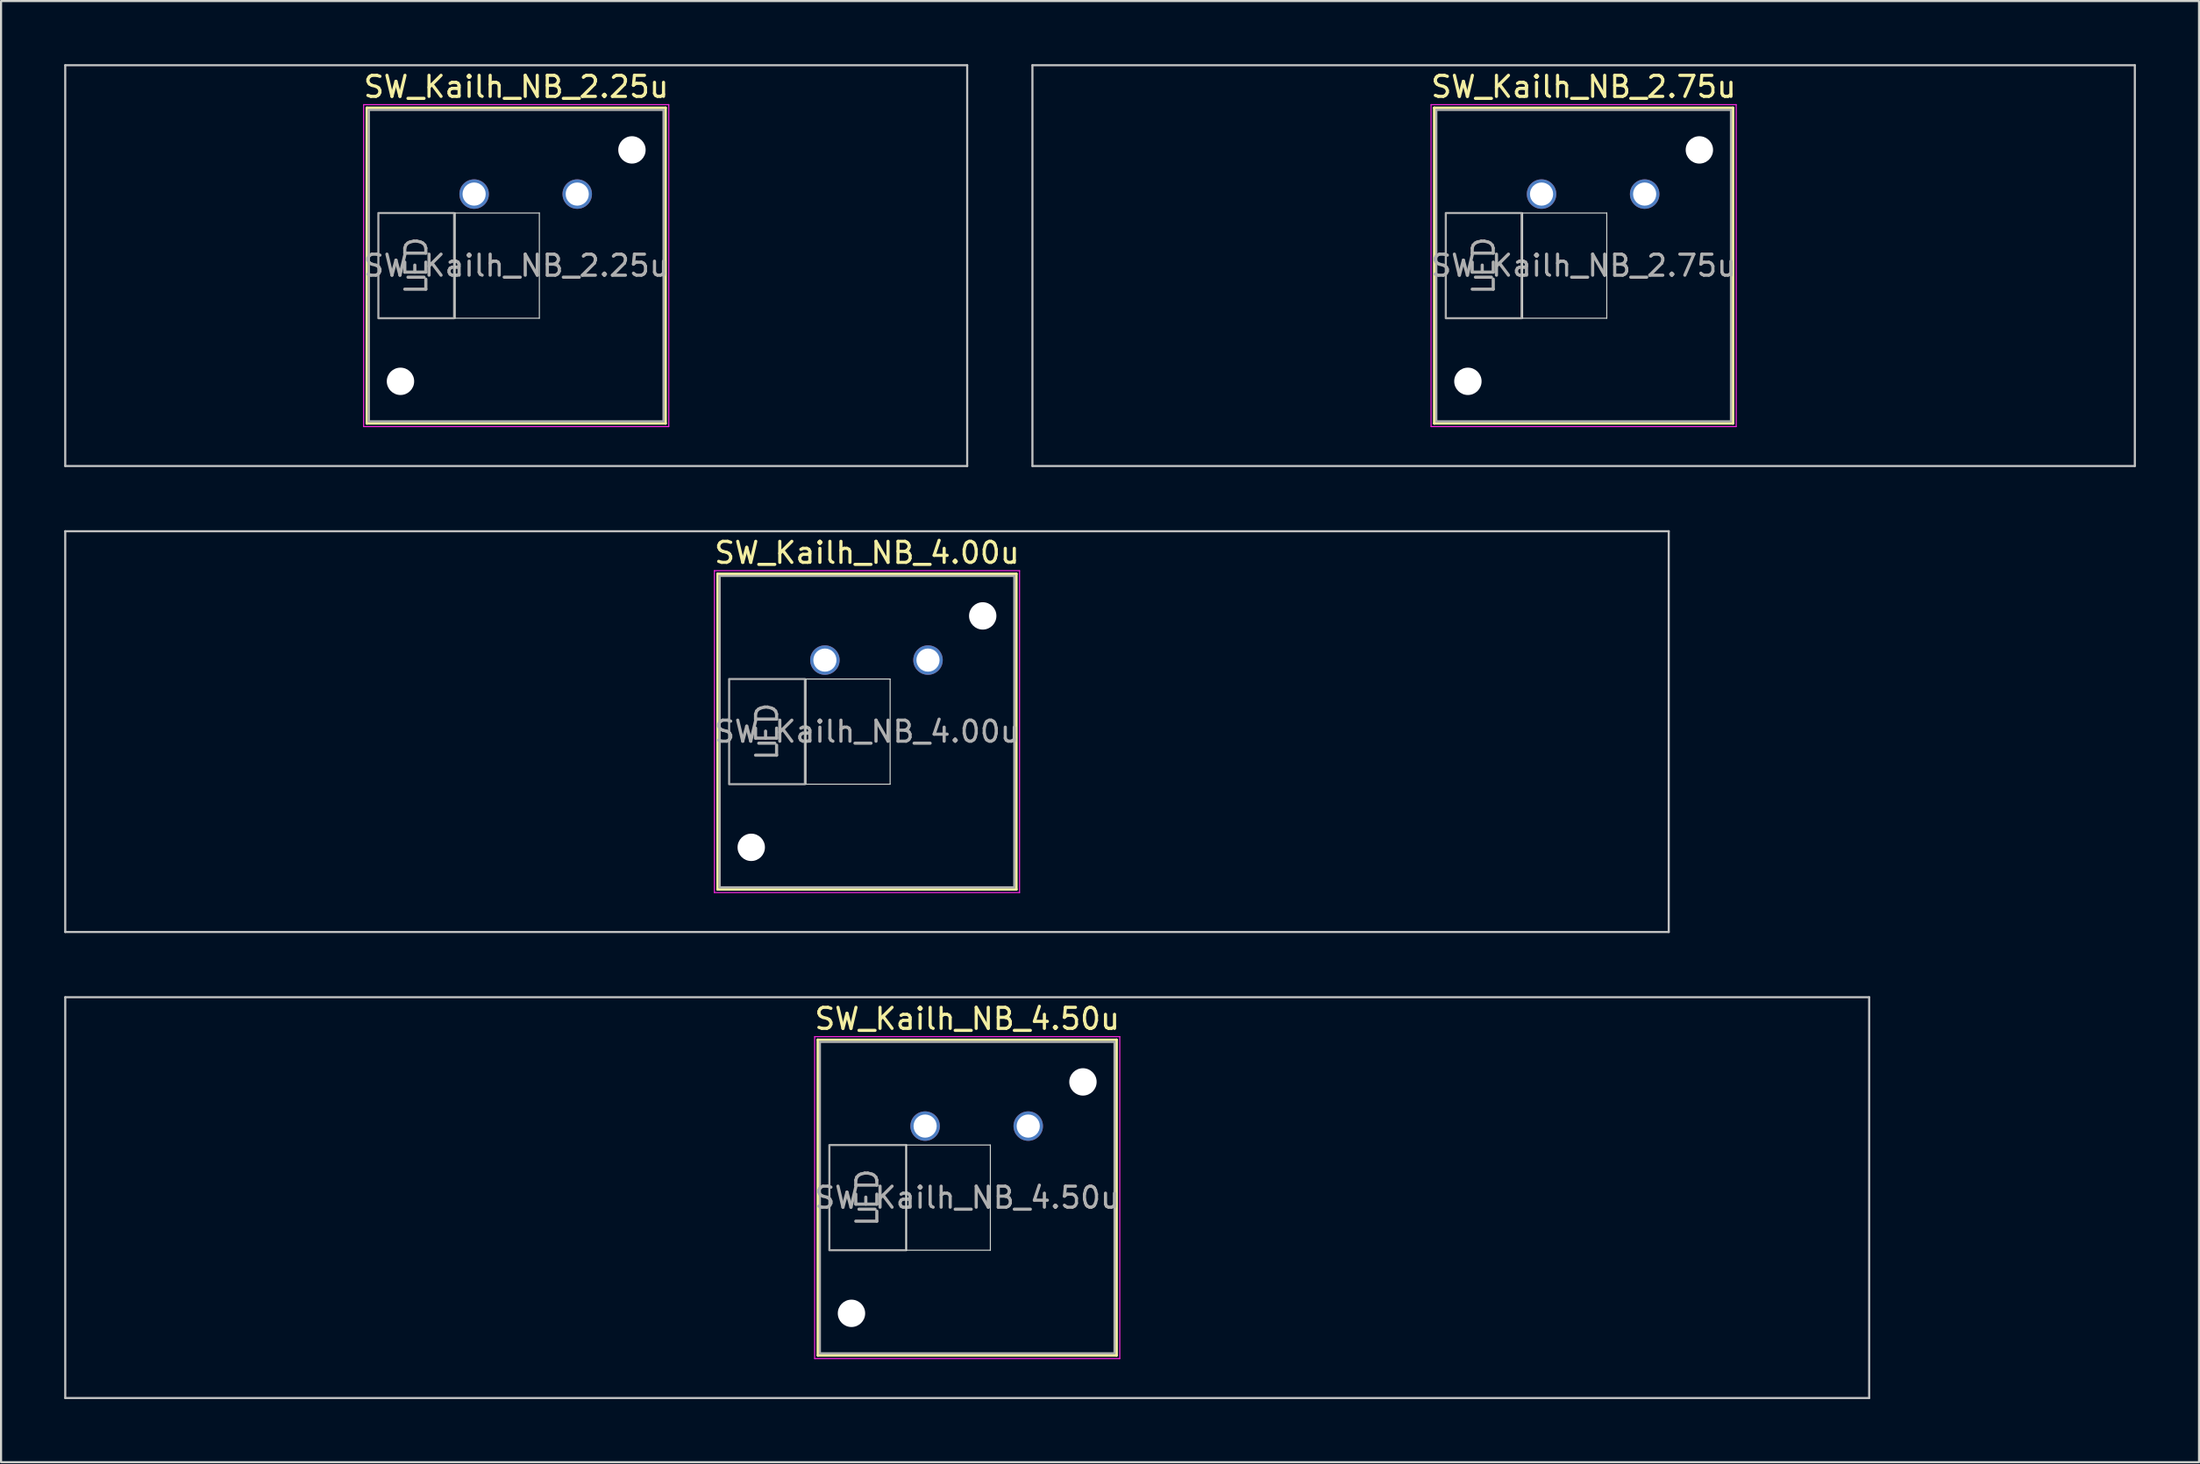
<source format=kicad_pcb>
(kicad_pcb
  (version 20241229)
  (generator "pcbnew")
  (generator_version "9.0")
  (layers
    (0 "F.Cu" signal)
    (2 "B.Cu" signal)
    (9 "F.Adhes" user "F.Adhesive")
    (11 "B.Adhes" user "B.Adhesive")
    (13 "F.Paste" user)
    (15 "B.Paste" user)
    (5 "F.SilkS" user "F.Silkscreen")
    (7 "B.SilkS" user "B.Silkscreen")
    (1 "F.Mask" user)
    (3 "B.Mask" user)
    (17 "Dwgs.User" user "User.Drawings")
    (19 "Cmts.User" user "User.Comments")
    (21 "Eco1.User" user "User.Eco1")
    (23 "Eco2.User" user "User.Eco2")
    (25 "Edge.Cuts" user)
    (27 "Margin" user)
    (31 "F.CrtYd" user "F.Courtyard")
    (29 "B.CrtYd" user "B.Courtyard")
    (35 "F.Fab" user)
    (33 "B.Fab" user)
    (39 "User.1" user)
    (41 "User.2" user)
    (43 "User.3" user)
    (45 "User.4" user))
  (footprint "SW_Kailh_NB_2.25u"
    (layer "F.Cu")
    (at 21.481 9.575)
    (property "Reference" "SW_Kailh_NB_2.25u" (at 0 -8.5 0) (layer "F.SilkS") (effects (font (size 1 1) (thickness 0.15))))
    (attr through_hole)
    (fp_line (start -7.1 -7.5) (end -7.1 7.5) (stroke (width 0.12) (type solid)) (layer "F.SilkS"))
    (fp_line (start -7.1 7.5) (end 7.1 7.5) (stroke (width 0.12) (type solid)) (layer "F.SilkS"))
    (fp_line (start 7.1 -7.5) (end -7.1 -7.5) (stroke (width 0.12) (type solid)) (layer "F.SilkS"))
    (fp_line (start 7.1 7.5) (end 7.1 -7.5) (stroke (width 0.12) (type solid)) (layer "F.SilkS"))
    (fp_line (start -21.431 -9.525) (end -21.431 9.525) (stroke (width 0.1) (type solid)) (layer "Dwgs.User"))
    (fp_line (start -21.431 9.525) (end 21.431 9.525) (stroke (width 0.1) (type solid)) (layer "Dwgs.User"))
    (fp_line (start 21.431 -9.525) (end -21.431 -9.525) (stroke (width 0.1) (type solid)) (layer "Dwgs.User"))
    (fp_line (start 21.431 9.525) (end 21.431 -9.525) (stroke (width 0.1) (type solid)) (layer "Dwgs.User"))
    (fp_line (start -8 -8) (end -8 8) (stroke (width 0.1) (type solid)) (layer "Eco1.User"))
    (fp_line (start -8 8) (end 8 8) (stroke (width 0.1) (type solid)) (layer "Eco1.User"))
    (fp_line (start 8 -8) (end -8 -8) (stroke (width 0.1) (type solid)) (layer "Eco1.User"))
    (fp_line (start 8 8) (end 8 -8) (stroke (width 0.1) (type solid)) (layer "Eco1.User"))
    (fp_line (start -2.9 -2.5) (end 1.1 -2.5) (stroke (width 0.05) (type solid)) (layer "Edge.Cuts"))
    (fp_line (start -2.9 2.5) (end -2.9 -2.5) (stroke (width 0.05) (type solid)) (layer "Edge.Cuts"))
    (fp_line (start 1.1 -2.5) (end 1.1 2.5) (stroke (width 0.05) (type solid)) (layer "Edge.Cuts"))
    (fp_line (start 1.1 2.5) (end -2.9 2.5) (stroke (width 0.05) (type solid)) (layer "Edge.Cuts"))
    (fp_line (start -7.25 -7.65) (end -7.25 7.65) (stroke (width 0.05) (type solid)) (layer "F.CrtYd"))
    (fp_line (start -7.25 7.65) (end 7.25 7.65) (stroke (width 0.05) (type solid)) (layer "F.CrtYd"))
    (fp_line (start 7.25 -7.65) (end -7.25 -7.65) (stroke (width 0.05) (type solid)) (layer "F.CrtYd"))
    (fp_line (start 7.25 7.65) (end 7.25 -7.65) (stroke (width 0.05) (type solid)) (layer "F.CrtYd"))
    (fp_line (start -7 -7.4) (end -7 7.4) (stroke (width 0.1) (type solid)) (layer "F.Fab"))
    (fp_line (start -7 7.4) (end 7 7.4) (stroke (width 0.1) (type solid)) (layer "F.Fab"))
    (fp_line (start 7 -7.4) (end -7 -7.4) (stroke (width 0.1) (type solid)) (layer "F.Fab"))
    (fp_line (start 7 7.4) (end 7 -7.4) (stroke (width 0.1) (type solid)) (layer "F.Fab"))
    (fp_rect (start -2.95 -2.5) (end -6.55 2.5) (stroke (width 0.1) (type default)) (fill no) (layer "F.Fab"))
    (fp_text user "LED" (at -4.75 0 90) (unlocked yes) (layer "F.Fab") (effects (font (size 1 1) (thickness 0.15))))
    (fp_text user "${REFERENCE}" (at 0 0 0) (layer "F.Fab") (effects (font (size 1 1) (thickness 0.15))))
    (pad "" np_thru_hole circle (at -5.5 5.5) (size 1.3 1.3) (drill 1.3) (layers "*.Cu" "*.Mask"))
    (pad "" np_thru_hole circle (at 5.5 -5.5) (size 1.3 1.3) (drill 1.3) (layers "*.Cu" "*.Mask"))
    (pad "1" thru_hole circle (at -2 -3.4) (size 1.4 1.4) (drill 1.1) (layers "*.Cu" "*.Mask"))
    (pad "2" thru_hole circle (at 2.9 -3.4) (size 1.4 1.4) (drill 1.1) (layers "*.Cu" "*.Mask")))
  (footprint "SW_Kailh_NB_2.75u"
    (layer "F.Cu")
    (at 72.206 9.575)
    (property "Reference" "SW_Kailh_NB_2.75u" (at 0 -8.5 0) (layer "F.SilkS") (effects (font (size 1 1) (thickness 0.15))))
    (attr through_hole)
    (fp_line (start -7.1 -7.5) (end -7.1 7.5) (stroke (width 0.12) (type solid)) (layer "F.SilkS"))
    (fp_line (start -7.1 7.5) (end 7.1 7.5) (stroke (width 0.12) (type solid)) (layer "F.SilkS"))
    (fp_line (start 7.1 -7.5) (end -7.1 -7.5) (stroke (width 0.12) (type solid)) (layer "F.SilkS"))
    (fp_line (start 7.1 7.5) (end 7.1 -7.5) (stroke (width 0.12) (type solid)) (layer "F.SilkS"))
    (fp_line (start -26.194 -9.525) (end -26.194 9.525) (stroke (width 0.1) (type solid)) (layer "Dwgs.User"))
    (fp_line (start -26.194 9.525) (end 26.194 9.525) (stroke (width 0.1) (type solid)) (layer "Dwgs.User"))
    (fp_line (start 26.194 -9.525) (end -26.194 -9.525) (stroke (width 0.1) (type solid)) (layer "Dwgs.User"))
    (fp_line (start 26.194 9.525) (end 26.194 -9.525) (stroke (width 0.1) (type solid)) (layer "Dwgs.User"))
    (fp_line (start -8 -8) (end -8 8) (stroke (width 0.1) (type solid)) (layer "Eco1.User"))
    (fp_line (start -8 8) (end 8 8) (stroke (width 0.1) (type solid)) (layer "Eco1.User"))
    (fp_line (start 8 -8) (end -8 -8) (stroke (width 0.1) (type solid)) (layer "Eco1.User"))
    (fp_line (start 8 8) (end 8 -8) (stroke (width 0.1) (type solid)) (layer "Eco1.User"))
    (fp_line (start -2.9 -2.5) (end 1.1 -2.5) (stroke (width 0.05) (type solid)) (layer "Edge.Cuts"))
    (fp_line (start -2.9 2.5) (end -2.9 -2.5) (stroke (width 0.05) (type solid)) (layer "Edge.Cuts"))
    (fp_line (start 1.1 -2.5) (end 1.1 2.5) (stroke (width 0.05) (type solid)) (layer "Edge.Cuts"))
    (fp_line (start 1.1 2.5) (end -2.9 2.5) (stroke (width 0.05) (type solid)) (layer "Edge.Cuts"))
    (fp_line (start -7.25 -7.65) (end -7.25 7.65) (stroke (width 0.05) (type solid)) (layer "F.CrtYd"))
    (fp_line (start -7.25 7.65) (end 7.25 7.65) (stroke (width 0.05) (type solid)) (layer "F.CrtYd"))
    (fp_line (start 7.25 -7.65) (end -7.25 -7.65) (stroke (width 0.05) (type solid)) (layer "F.CrtYd"))
    (fp_line (start 7.25 7.65) (end 7.25 -7.65) (stroke (width 0.05) (type solid)) (layer "F.CrtYd"))
    (fp_line (start -7 -7.4) (end -7 7.4) (stroke (width 0.1) (type solid)) (layer "F.Fab"))
    (fp_line (start -7 7.4) (end 7 7.4) (stroke (width 0.1) (type solid)) (layer "F.Fab"))
    (fp_line (start 7 -7.4) (end -7 -7.4) (stroke (width 0.1) (type solid)) (layer "F.Fab"))
    (fp_line (start 7 7.4) (end 7 -7.4) (stroke (width 0.1) (type solid)) (layer "F.Fab"))
    (fp_rect (start -2.95 -2.5) (end -6.55 2.5) (stroke (width 0.1) (type default)) (fill no) (layer "F.Fab"))
    (fp_text user "LED" (at -4.75 0 90) (unlocked yes) (layer "F.Fab") (effects (font (size 1 1) (thickness 0.15))))
    (fp_text user "${REFERENCE}" (at 0 0 0) (layer "F.Fab") (effects (font (size 1 1) (thickness 0.15))))
    (pad "" np_thru_hole circle (at -5.5 5.5) (size 1.3 1.3) (drill 1.3) (layers "*.Cu" "*.Mask"))
    (pad "" np_thru_hole circle (at 5.5 -5.5) (size 1.3 1.3) (drill 1.3) (layers "*.Cu" "*.Mask"))
    (pad "1" thru_hole circle (at -2 -3.4) (size 1.4 1.4) (drill 1.1) (layers "*.Cu" "*.Mask"))
    (pad "2" thru_hole circle (at 2.9 -3.4) (size 1.4 1.4) (drill 1.1) (layers "*.Cu" "*.Mask")))
  (footprint "SW_Kailh_NB_4.00u"
    (layer "F.Cu")
    (at 38.15 31.725)
    (property "Reference" "SW_Kailh_NB_4.00u" (at 0 -8.5 0) (layer "F.SilkS") (effects (font (size 1 1) (thickness 0.15))))
    (attr through_hole)
    (fp_line (start -7.1 -7.5) (end -7.1 7.5) (stroke (width 0.12) (type solid)) (layer "F.SilkS"))
    (fp_line (start -7.1 7.5) (end 7.1 7.5) (stroke (width 0.12) (type solid)) (layer "F.SilkS"))
    (fp_line (start 7.1 -7.5) (end -7.1 -7.5) (stroke (width 0.12) (type solid)) (layer "F.SilkS"))
    (fp_line (start 7.1 7.5) (end 7.1 -7.5) (stroke (width 0.12) (type solid)) (layer "F.SilkS"))
    (fp_line (start -38.1 -9.525) (end -38.1 9.525) (stroke (width 0.1) (type solid)) (layer "Dwgs.User"))
    (fp_line (start -38.1 9.525) (end 38.1 9.525) (stroke (width 0.1) (type solid)) (layer "Dwgs.User"))
    (fp_line (start 38.1 -9.525) (end -38.1 -9.525) (stroke (width 0.1) (type solid)) (layer "Dwgs.User"))
    (fp_line (start 38.1 9.525) (end 38.1 -9.525) (stroke (width 0.1) (type solid)) (layer "Dwgs.User"))
    (fp_line (start -8 -8) (end -8 8) (stroke (width 0.1) (type solid)) (layer "Eco1.User"))
    (fp_line (start -8 8) (end 8 8) (stroke (width 0.1) (type solid)) (layer "Eco1.User"))
    (fp_line (start 8 -8) (end -8 -8) (stroke (width 0.1) (type solid)) (layer "Eco1.User"))
    (fp_line (start 8 8) (end 8 -8) (stroke (width 0.1) (type solid)) (layer "Eco1.User"))
    (fp_line (start -2.9 -2.5) (end 1.1 -2.5) (stroke (width 0.05) (type solid)) (layer "Edge.Cuts"))
    (fp_line (start -2.9 2.5) (end -2.9 -2.5) (stroke (width 0.05) (type solid)) (layer "Edge.Cuts"))
    (fp_line (start 1.1 -2.5) (end 1.1 2.5) (stroke (width 0.05) (type solid)) (layer "Edge.Cuts"))
    (fp_line (start 1.1 2.5) (end -2.9 2.5) (stroke (width 0.05) (type solid)) (layer "Edge.Cuts"))
    (fp_line (start -7.25 -7.65) (end -7.25 7.65) (stroke (width 0.05) (type solid)) (layer "F.CrtYd"))
    (fp_line (start -7.25 7.65) (end 7.25 7.65) (stroke (width 0.05) (type solid)) (layer "F.CrtYd"))
    (fp_line (start 7.25 -7.65) (end -7.25 -7.65) (stroke (width 0.05) (type solid)) (layer "F.CrtYd"))
    (fp_line (start 7.25 7.65) (end 7.25 -7.65) (stroke (width 0.05) (type solid)) (layer "F.CrtYd"))
    (fp_line (start -7 -7.4) (end -7 7.4) (stroke (width 0.1) (type solid)) (layer "F.Fab"))
    (fp_line (start -7 7.4) (end 7 7.4) (stroke (width 0.1) (type solid)) (layer "F.Fab"))
    (fp_line (start 7 -7.4) (end -7 -7.4) (stroke (width 0.1) (type solid)) (layer "F.Fab"))
    (fp_line (start 7 7.4) (end 7 -7.4) (stroke (width 0.1) (type solid)) (layer "F.Fab"))
    (fp_rect (start -2.95 -2.5) (end -6.55 2.5) (stroke (width 0.1) (type default)) (fill no) (layer "F.Fab"))
    (fp_text user "${REFERENCE}" (at 0 0 0) (layer "F.Fab") (effects (font (size 1 1) (thickness 0.15))))
    (fp_text user "LED" (at -4.75 0 90) (unlocked yes) (layer "F.Fab") (effects (font (size 1 1) (thickness 0.15))))
    (pad "" np_thru_hole circle (at -5.5 5.5) (size 1.3 1.3) (drill 1.3) (layers "*.Cu" "*.Mask"))
    (pad "" np_thru_hole circle (at 5.5 -5.5) (size 1.3 1.3) (drill 1.3) (layers "*.Cu" "*.Mask"))
    (pad "1" thru_hole circle (at -2 -3.4) (size 1.4 1.4) (drill 1.1) (layers "*.Cu" "*.Mask"))
    (pad "2" thru_hole circle (at 2.9 -3.4) (size 1.4 1.4) (drill 1.1) (layers "*.Cu" "*.Mask")))
  (footprint "SW_Kailh_NB_4.50u"
    (layer "F.Cu")
    (at 42.913 53.875)
    (property "Reference" "SW_Kailh_NB_4.50u" (at 0 -8.5 0) (layer "F.SilkS") (effects (font (size 1 1) (thickness 0.15))))
    (attr through_hole)
    (fp_line (start -7.1 -7.5) (end -7.1 7.5) (stroke (width 0.12) (type solid)) (layer "F.SilkS"))
    (fp_line (start -7.1 7.5) (end 7.1 7.5) (stroke (width 0.12) (type solid)) (layer "F.SilkS"))
    (fp_line (start 7.1 -7.5) (end -7.1 -7.5) (stroke (width 0.12) (type solid)) (layer "F.SilkS"))
    (fp_line (start 7.1 7.5) (end 7.1 -7.5) (stroke (width 0.12) (type solid)) (layer "F.SilkS"))
    (fp_line (start -42.862 -9.525) (end -42.862 9.525) (stroke (width 0.1) (type solid)) (layer "Dwgs.User"))
    (fp_line (start -42.862 9.525) (end 42.862 9.525) (stroke (width 0.1) (type solid)) (layer "Dwgs.User"))
    (fp_line (start 42.862 -9.525) (end -42.862 -9.525) (stroke (width 0.1) (type solid)) (layer "Dwgs.User"))
    (fp_line (start 42.862 9.525) (end 42.862 -9.525) (stroke (width 0.1) (type solid)) (layer "Dwgs.User"))
    (fp_line (start -8 -8) (end -8 8) (stroke (width 0.1) (type solid)) (layer "Eco1.User"))
    (fp_line (start -8 8) (end 8 8) (stroke (width 0.1) (type solid)) (layer "Eco1.User"))
    (fp_line (start 8 -8) (end -8 -8) (stroke (width 0.1) (type solid)) (layer "Eco1.User"))
    (fp_line (start 8 8) (end 8 -8) (stroke (width 0.1) (type solid)) (layer "Eco1.User"))
    (fp_line (start -2.9 -2.5) (end 1.1 -2.5) (stroke (width 0.05) (type solid)) (layer "Edge.Cuts"))
    (fp_line (start -2.9 2.5) (end -2.9 -2.5) (stroke (width 0.05) (type solid)) (layer "Edge.Cuts"))
    (fp_line (start 1.1 -2.5) (end 1.1 2.5) (stroke (width 0.05) (type solid)) (layer "Edge.Cuts"))
    (fp_line (start 1.1 2.5) (end -2.9 2.5) (stroke (width 0.05) (type solid)) (layer "Edge.Cuts"))
    (fp_line (start -7.25 -7.65) (end -7.25 7.65) (stroke (width 0.05) (type solid)) (layer "F.CrtYd"))
    (fp_line (start -7.25 7.65) (end 7.25 7.65) (stroke (width 0.05) (type solid)) (layer "F.CrtYd"))
    (fp_line (start 7.25 -7.65) (end -7.25 -7.65) (stroke (width 0.05) (type solid)) (layer "F.CrtYd"))
    (fp_line (start 7.25 7.65) (end 7.25 -7.65) (stroke (width 0.05) (type solid)) (layer "F.CrtYd"))
    (fp_line (start -7 -7.4) (end -7 7.4) (stroke (width 0.1) (type solid)) (layer "F.Fab"))
    (fp_line (start -7 7.4) (end 7 7.4) (stroke (width 0.1) (type solid)) (layer "F.Fab"))
    (fp_line (start 7 -7.4) (end -7 -7.4) (stroke (width 0.1) (type solid)) (layer "F.Fab"))
    (fp_line (start 7 7.4) (end 7 -7.4) (stroke (width 0.1) (type solid)) (layer "F.Fab"))
    (fp_rect (start -2.9 -2.5) (end -6.55 2.5) (stroke (width 0.1) (type default)) (fill no) (layer "F.Fab"))
    (fp_text user "LED" (at -4.75 0 90) (unlocked yes) (layer "F.Fab") (effects (font (size 1 1) (thickness 0.15))))
    (fp_text user "${REFERENCE}" (at 0 0 0) (layer "F.Fab") (effects (font (size 1 1) (thickness 0.15))))
    (pad "" np_thru_hole circle (at -5.5 5.5) (size 1.3 1.3) (drill 1.3) (layers "*.Cu" "*.Mask"))
    (pad "" np_thru_hole circle (at 5.5 -5.5) (size 1.3 1.3) (drill 1.3) (layers "*.Cu" "*.Mask"))
    (pad "1" thru_hole circle (at -2 -3.4) (size 1.4 1.4) (drill 1.1) (layers "*.Cu" "*.Mask"))
    (pad "2" thru_hole circle (at 2.9 -3.4) (size 1.4 1.4) (drill 1.1) (layers "*.Cu" "*.Mask")))
  (gr_rect
    (start -3 -3)
    (end 101.45 66.45)
    (stroke (width 0.1) (type default))
    (fill no)
    (layer "Edge.Cuts")))
</source>
